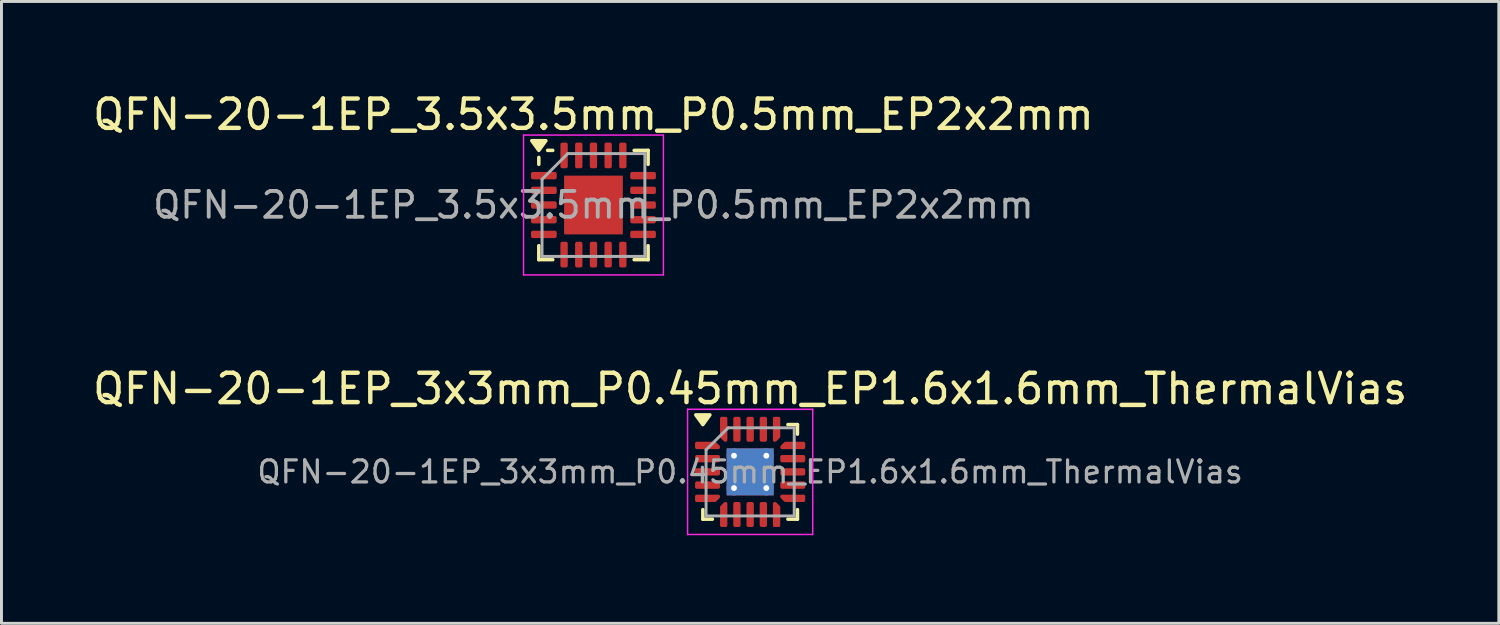
<source format=kicad_pcb>
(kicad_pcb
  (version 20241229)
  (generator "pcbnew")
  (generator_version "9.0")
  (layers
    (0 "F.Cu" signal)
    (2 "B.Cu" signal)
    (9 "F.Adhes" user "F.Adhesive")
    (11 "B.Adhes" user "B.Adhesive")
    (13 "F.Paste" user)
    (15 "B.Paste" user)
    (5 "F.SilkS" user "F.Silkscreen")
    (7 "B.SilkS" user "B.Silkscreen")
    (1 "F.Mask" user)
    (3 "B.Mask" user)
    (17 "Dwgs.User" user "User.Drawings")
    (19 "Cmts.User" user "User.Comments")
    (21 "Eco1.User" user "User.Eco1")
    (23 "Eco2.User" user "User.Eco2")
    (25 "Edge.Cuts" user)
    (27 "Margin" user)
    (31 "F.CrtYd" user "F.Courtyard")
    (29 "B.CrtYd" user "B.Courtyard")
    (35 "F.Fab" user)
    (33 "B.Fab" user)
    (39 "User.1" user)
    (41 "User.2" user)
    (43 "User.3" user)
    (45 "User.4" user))
  (footprint "QFN-20-1EP_3x3mm_P0.45mm_EP1.6x1.6mm_ThermalVias"
    (layer "F.Cu")
    (at 22.482 13.011)
    (property "Reference" "QFN-20-1EP_3x3mm_P0.45mm_EP1.6x1.6mm_ThermalVias" (at 0 -2.83 0) (layer "F.SilkS") (effects (font (size 1 1) (thickness 0.15))))
    (attr smd)
    (fp_line (start -1.61 1.61) (end -1.61 1.285) (stroke (width 0.12) (type solid)) (layer "F.SilkS"))
    (fp_line (start -1.285 1.61) (end -1.61 1.61) (stroke (width 0.12) (type solid)) (layer "F.SilkS"))
    (fp_line (start 1.285 -1.61) (end 1.61 -1.61) (stroke (width 0.12) (type solid)) (layer "F.SilkS"))
    (fp_line (start 1.285 1.61) (end 1.61 1.61) (stroke (width 0.12) (type solid)) (layer "F.SilkS"))
    (fp_line (start 1.61 -1.61) (end 1.61 -1.285) (stroke (width 0.12) (type solid)) (layer "F.SilkS"))
    (fp_line (start 1.61 1.61) (end 1.61 1.285) (stroke (width 0.12) (type solid)) (layer "F.SilkS"))
    (fp_poly (pts (xy -1.61 -1.61) (xy -1.85 -1.94) (xy -1.37 -1.94) (xy -1.61 -1.61)) (stroke (width 0.12) (type solid)) (fill yes) (layer "F.SilkS"))
    (fp_line (start -2.13 -2.13) (end -2.13 2.13) (stroke (width 0.05) (type solid)) (layer "F.CrtYd"))
    (fp_line (start -2.13 2.13) (end 2.13 2.13) (stroke (width 0.05) (type solid)) (layer "F.CrtYd"))
    (fp_line (start 2.13 -2.13) (end -2.13 -2.13) (stroke (width 0.05) (type solid)) (layer "F.CrtYd"))
    (fp_line (start 2.13 2.13) (end 2.13 -2.13) (stroke (width 0.05) (type solid)) (layer "F.CrtYd"))
    (fp_line (start -1.5 -0.75) (end -0.75 -1.5) (stroke (width 0.1) (type solid)) (layer "F.Fab"))
    (fp_line (start -1.5 1.5) (end -1.5 -0.75) (stroke (width 0.1) (type solid)) (layer "F.Fab"))
    (fp_line (start -0.75 -1.5) (end 1.5 -1.5) (stroke (width 0.1) (type solid)) (layer "F.Fab"))
    (fp_line (start 1.5 -1.5) (end 1.5 1.5) (stroke (width 0.1) (type solid)) (layer "F.Fab"))
    (fp_line (start 1.5 1.5) (end -1.5 1.5) (stroke (width 0.1) (type solid)) (layer "F.Fab"))
    (fp_text user "${REFERENCE}" (at 0 0 0) (layer "F.Fab") (effects (font (size 0.75 0.75) (thickness 0.11))))
    (pad "" smd roundrect (at -0.4 -0.4) (size 0.69 0.69) (layers "F.Paste") (roundrect_rratio 0.25))
    (pad "" smd roundrect (at -0.4 0.4) (size 0.69 0.69) (layers "F.Paste") (roundrect_rratio 0.25))
    (pad "" smd roundrect (at 0.4 -0.4) (size 0.69 0.69) (layers "F.Paste") (roundrect_rratio 0.25))
    (pad "" smd roundrect (at 0.4 0.4) (size 0.69 0.69) (layers "F.Paste") (roundrect_rratio 0.25))
    (pad "1" smd custom (at -1.45 -0.9) (size 0.144 0.144) (layers "F.Cu" "F.Mask" "F.Paste") (options (anchor circle)) (primitives (gr_poly (pts (xy -0.375 -0.075) (xy 0.254 -0.075) (xy 0.375 0.046) (xy 0.375 0.075) (xy -0.375 0.075)) (width 0.1) (fill yes))))
    (pad "2" smd roundrect (at -1.45 -0.45) (size 0.85 0.25) (layers "F.Cu" "F.Mask" "F.Paste") (roundrect_rratio 0.25))
    (pad "3" smd roundrect (at -1.45 0) (size 0.85 0.25) (layers "F.Cu" "F.Mask" "F.Paste") (roundrect_rratio 0.25))
    (pad "4" smd roundrect (at -1.45 0.45) (size 0.85 0.25) (layers "F.Cu" "F.Mask" "F.Paste") (roundrect_rratio 0.25))
    (pad "5" smd custom (at -1.45 0.9) (size 0.144 0.144) (layers "F.Cu" "F.Mask" "F.Paste") (options (anchor circle)) (primitives (gr_poly (pts (xy -0.375 -0.075) (xy 0.375 -0.075) (xy 0.375 -0.046) (xy 0.254 0.075) (xy -0.375 0.075)) (width 0.1) (fill yes))))
    (pad "6" smd custom (at -0.9 1.45) (size 0.144 0.144) (layers "F.Cu" "F.Mask" "F.Paste") (options (anchor circle)) (primitives (gr_poly (pts (xy -0.075 -0.254) (xy 0.046 -0.375) (xy 0.075 -0.375) (xy 0.075 0.375) (xy -0.075 0.375)) (width 0.1) (fill yes))))
    (pad "7" smd roundrect (at -0.45 1.45) (size 0.25 0.85) (layers "F.Cu" "F.Mask" "F.Paste") (roundrect_rratio 0.25))
    (pad "8" smd roundrect (at 0 1.45) (size 0.25 0.85) (layers "F.Cu" "F.Mask" "F.Paste") (roundrect_rratio 0.25))
    (pad "9" smd roundrect (at 0.45 1.45) (size 0.25 0.85) (layers "F.Cu" "F.Mask" "F.Paste") (roundrect_rratio 0.25))
    (pad "10" smd custom (at 0.9 1.45) (size 0.144 0.144) (layers "F.Cu" "F.Mask" "F.Paste") (options (anchor circle)) (primitives (gr_poly (pts (xy -0.075 -0.375) (xy -0.046 -0.375) (xy 0.075 -0.254) (xy 0.075 0.375) (xy -0.075 0.375)) (width 0.1) (fill yes))))
    (pad "11" smd custom (at 1.45 0.9) (size 0.144 0.144) (layers "F.Cu" "F.Mask" "F.Paste") (options (anchor circle)) (primitives (gr_poly (pts (xy -0.375 -0.075) (xy 0.375 -0.075) (xy 0.375 0.075) (xy -0.254 0.075) (xy -0.375 -0.046)) (width 0.1) (fill yes))))
    (pad "12" smd roundrect (at 1.45 0.45) (size 0.85 0.25) (layers "F.Cu" "F.Mask" "F.Paste") (roundrect_rratio 0.25))
    (pad "13" smd roundrect (at 1.45 0) (size 0.85 0.25) (layers "F.Cu" "F.Mask" "F.Paste") (roundrect_rratio 0.25))
    (pad "14" smd roundrect (at 1.45 -0.45) (size 0.85 0.25) (layers "F.Cu" "F.Mask" "F.Paste") (roundrect_rratio 0.25))
    (pad "15" smd custom (at 1.45 -0.9) (size 0.144 0.144) (layers "F.Cu" "F.Mask" "F.Paste") (options (anchor circle)) (primitives (gr_poly (pts (xy -0.375 0.046) (xy -0.254 -0.075) (xy 0.375 -0.075) (xy 0.375 0.075) (xy -0.375 0.075)) (width 0.1) (fill yes))))
    (pad "16" smd custom (at 0.9 -1.45) (size 0.144 0.144) (layers "F.Cu" "F.Mask" "F.Paste") (options (anchor circle)) (primitives (gr_poly (pts (xy -0.075 -0.375) (xy 0.075 -0.375) (xy 0.075 0.254) (xy -0.046 0.375) (xy -0.075 0.375)) (width 0.1) (fill yes))))
    (pad "17" smd roundrect (at 0.45 -1.45) (size 0.25 0.85) (layers "F.Cu" "F.Mask" "F.Paste") (roundrect_rratio 0.25))
    (pad "18" smd roundrect (at 0 -1.45) (size 0.25 0.85) (layers "F.Cu" "F.Mask" "F.Paste") (roundrect_rratio 0.25))
    (pad "19" smd roundrect (at -0.45 -1.45) (size 0.25 0.85) (layers "F.Cu" "F.Mask" "F.Paste") (roundrect_rratio 0.25))
    (pad "20" smd custom (at -0.9 -1.45) (size 0.144 0.144) (layers "F.Cu" "F.Mask" "F.Paste") (options (anchor circle)) (primitives (gr_poly (pts (xy -0.075 -0.375) (xy 0.075 -0.375) (xy 0.075 0.375) (xy 0.046 0.375) (xy -0.075 0.254)) (width 0.1) (fill yes))))
    (pad "21" thru_hole circle (at -0.55 -0.55) (size 0.5 0.5) (drill 0.2) (property pad_prop_heatsink) (layers "*.Cu"))
    (pad "21" thru_hole circle (at -0.55 0.55) (size 0.5 0.5) (drill 0.2) (property pad_prop_heatsink) (layers "*.Cu"))
    (pad "21" smd rect (at 0 0) (size 1.6 1.6) (property pad_prop_heatsink) (layers "F.Cu" "F.Mask"))
    (pad "21" smd rect (at 0 0) (size 1.6 1.6) (property pad_prop_heatsink) (layers "B.Cu"))
    (pad "21" thru_hole circle (at 0.55 -0.55) (size 0.5 0.5) (drill 0.2) (property pad_prop_heatsink) (layers "*.Cu"))
    (pad "21" thru_hole circle (at 0.55 0.55) (size 0.5 0.5) (drill 0.2) (property pad_prop_heatsink) (layers "*.Cu")))
  (footprint "QFN-20-1EP_3.5x3.5mm_P0.5mm_EP2x2mm"
    (layer "F.Cu")
    (at 17.149 3.928)
    (property "Reference" "QFN-20-1EP_3.5x3.5mm_P0.5mm_EP2x2mm" (at 0 -3.08 0) (layer "F.SilkS") (effects (font (size 1 1) (thickness 0.15))))
    (attr smd)
    (fp_line (start -1.86 -1.385) (end -1.86 -1.62) (stroke (width 0.12) (type solid)) (layer "F.SilkS"))
    (fp_line (start -1.86 1.86) (end -1.86 1.385) (stroke (width 0.12) (type solid)) (layer "F.SilkS"))
    (fp_line (start -1.385 -1.86) (end -1.56 -1.86) (stroke (width 0.12) (type solid)) (layer "F.SilkS"))
    (fp_line (start -1.385 1.86) (end -1.86 1.86) (stroke (width 0.12) (type solid)) (layer "F.SilkS"))
    (fp_line (start 1.385 -1.86) (end 1.86 -1.86) (stroke (width 0.12) (type solid)) (layer "F.SilkS"))
    (fp_line (start 1.385 1.86) (end 1.86 1.86) (stroke (width 0.12) (type solid)) (layer "F.SilkS"))
    (fp_line (start 1.86 -1.86) (end 1.86 -1.385) (stroke (width 0.12) (type solid)) (layer "F.SilkS"))
    (fp_line (start 1.86 1.86) (end 1.86 1.385) (stroke (width 0.12) (type solid)) (layer "F.SilkS"))
    (fp_poly (pts (xy -1.86 -1.86) (xy -2.1 -2.19) (xy -1.62 -2.19) (xy -1.86 -1.86)) (stroke (width 0.12) (type solid)) (fill yes) (layer "F.SilkS"))
    (fp_line (start -2.38 -2.38) (end -2.38 2.38) (stroke (width 0.05) (type solid)) (layer "F.CrtYd"))
    (fp_line (start -2.38 2.38) (end 2.38 2.38) (stroke (width 0.05) (type solid)) (layer "F.CrtYd"))
    (fp_line (start 2.38 -2.38) (end -2.38 -2.38) (stroke (width 0.05) (type solid)) (layer "F.CrtYd"))
    (fp_line (start 2.38 2.38) (end 2.38 -2.38) (stroke (width 0.05) (type solid)) (layer "F.CrtYd"))
    (fp_line (start -1.75 -0.875) (end -0.875 -1.75) (stroke (width 0.1) (type solid)) (layer "F.Fab"))
    (fp_line (start -1.75 1.75) (end -1.75 -0.875) (stroke (width 0.1) (type solid)) (layer "F.Fab"))
    (fp_line (start -0.875 -1.75) (end 1.75 -1.75) (stroke (width 0.1) (type solid)) (layer "F.Fab"))
    (fp_line (start 1.75 -1.75) (end 1.75 1.75) (stroke (width 0.1) (type solid)) (layer "F.Fab"))
    (fp_line (start 1.75 1.75) (end -1.75 1.75) (stroke (width 0.1) (type solid)) (layer "F.Fab"))
    (fp_text user "${REFERENCE}" (at 0 0 0) (layer "F.Fab") (effects (font (size 0.88 0.88) (thickness 0.13))))
    (pad "" smd roundrect (at -0.5 -0.5) (size 0.81 0.81) (layers "F.Paste") (roundrect_rratio 0.25))
    (pad "" smd roundrect (at -0.5 0.5) (size 0.81 0.81) (layers "F.Paste") (roundrect_rratio 0.25))
    (pad "" smd roundrect (at 0.5 -0.5) (size 0.81 0.81) (layers "F.Paste") (roundrect_rratio 0.25))
    (pad "" smd roundrect (at 0.5 0.5) (size 0.81 0.81) (layers "F.Paste") (roundrect_rratio 0.25))
    (pad "1" smd roundrect (at -1.688 -1) (size 0.875 0.25) (layers "F.Cu" "F.Mask" "F.Paste") (roundrect_rratio 0.25))
    (pad "2" smd roundrect (at -1.688 -0.5) (size 0.875 0.25) (layers "F.Cu" "F.Mask" "F.Paste") (roundrect_rratio 0.25))
    (pad "3" smd roundrect (at -1.688 0) (size 0.875 0.25) (layers "F.Cu" "F.Mask" "F.Paste") (roundrect_rratio 0.25))
    (pad "4" smd roundrect (at -1.688 0.5) (size 0.875 0.25) (layers "F.Cu" "F.Mask" "F.Paste") (roundrect_rratio 0.25))
    (pad "5" smd roundrect (at -1.688 1) (size 0.875 0.25) (layers "F.Cu" "F.Mask" "F.Paste") (roundrect_rratio 0.25))
    (pad "6" smd roundrect (at -1 1.688) (size 0.25 0.875) (layers "F.Cu" "F.Mask" "F.Paste") (roundrect_rratio 0.25))
    (pad "7" smd roundrect (at -0.5 1.688) (size 0.25 0.875) (layers "F.Cu" "F.Mask" "F.Paste") (roundrect_rratio 0.25))
    (pad "8" smd roundrect (at 0 1.688) (size 0.25 0.875) (layers "F.Cu" "F.Mask" "F.Paste") (roundrect_rratio 0.25))
    (pad "9" smd roundrect (at 0.5 1.688) (size 0.25 0.875) (layers "F.Cu" "F.Mask" "F.Paste") (roundrect_rratio 0.25))
    (pad "10" smd roundrect (at 1 1.688) (size 0.25 0.875) (layers "F.Cu" "F.Mask" "F.Paste") (roundrect_rratio 0.25))
    (pad "11" smd roundrect (at 1.688 1) (size 0.875 0.25) (layers "F.Cu" "F.Mask" "F.Paste") (roundrect_rratio 0.25))
    (pad "12" smd roundrect (at 1.688 0.5) (size 0.875 0.25) (layers "F.Cu" "F.Mask" "F.Paste") (roundrect_rratio 0.25))
    (pad "13" smd roundrect (at 1.688 0) (size 0.875 0.25) (layers "F.Cu" "F.Mask" "F.Paste") (roundrect_rratio 0.25))
    (pad "14" smd roundrect (at 1.688 -0.5) (size 0.875 0.25) (layers "F.Cu" "F.Mask" "F.Paste") (roundrect_rratio 0.25))
    (pad "15" smd roundrect (at 1.688 -1) (size 0.875 0.25) (layers "F.Cu" "F.Mask" "F.Paste") (roundrect_rratio 0.25))
    (pad "16" smd roundrect (at 1 -1.688) (size 0.25 0.875) (layers "F.Cu" "F.Mask" "F.Paste") (roundrect_rratio 0.25))
    (pad "17" smd roundrect (at 0.5 -1.688) (size 0.25 0.875) (layers "F.Cu" "F.Mask" "F.Paste") (roundrect_rratio 0.25))
    (pad "18" smd roundrect (at 0 -1.688) (size 0.25 0.875) (layers "F.Cu" "F.Mask" "F.Paste") (roundrect_rratio 0.25))
    (pad "19" smd roundrect (at -0.5 -1.688) (size 0.25 0.875) (layers "F.Cu" "F.Mask" "F.Paste") (roundrect_rratio 0.25))
    (pad "20" smd roundrect (at -1 -1.688) (size 0.25 0.875) (layers "F.Cu" "F.Mask" "F.Paste") (roundrect_rratio 0.25))
    (pad "21" smd rect (at 0 0) (size 2 2) (property pad_prop_heatsink) (layers "F.Cu" "F.Mask")))
  (gr_rect
    (start -3 -3)
    (end 47.964 18.166)
    (stroke (width 0.1) (type default))
    (fill no)
    (layer "Edge.Cuts")))
</source>
